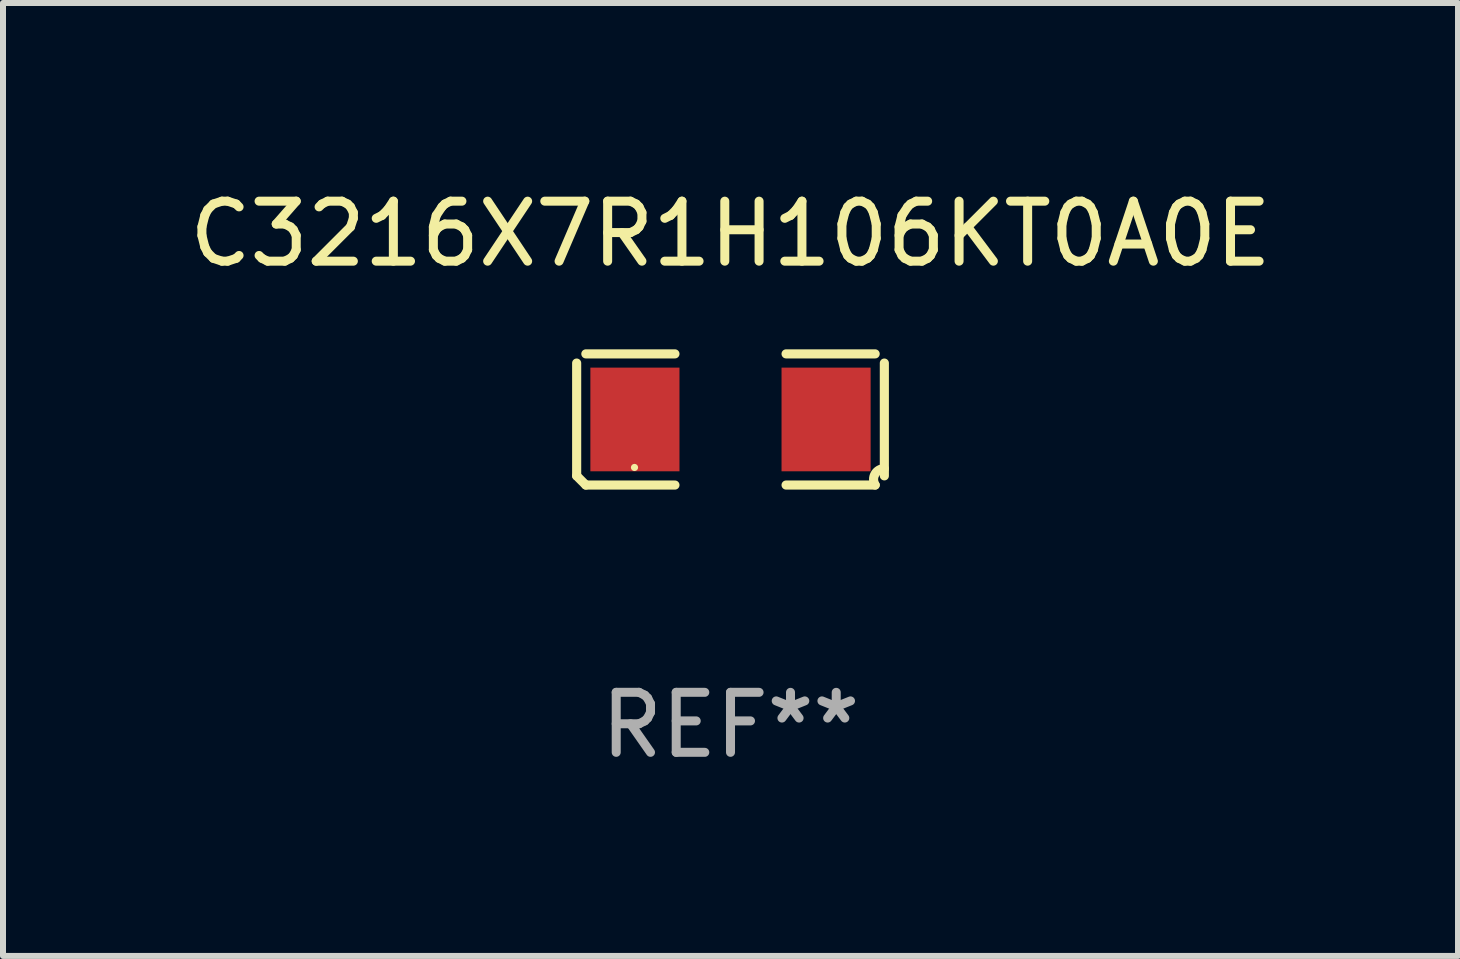
<source format=kicad_pcb>
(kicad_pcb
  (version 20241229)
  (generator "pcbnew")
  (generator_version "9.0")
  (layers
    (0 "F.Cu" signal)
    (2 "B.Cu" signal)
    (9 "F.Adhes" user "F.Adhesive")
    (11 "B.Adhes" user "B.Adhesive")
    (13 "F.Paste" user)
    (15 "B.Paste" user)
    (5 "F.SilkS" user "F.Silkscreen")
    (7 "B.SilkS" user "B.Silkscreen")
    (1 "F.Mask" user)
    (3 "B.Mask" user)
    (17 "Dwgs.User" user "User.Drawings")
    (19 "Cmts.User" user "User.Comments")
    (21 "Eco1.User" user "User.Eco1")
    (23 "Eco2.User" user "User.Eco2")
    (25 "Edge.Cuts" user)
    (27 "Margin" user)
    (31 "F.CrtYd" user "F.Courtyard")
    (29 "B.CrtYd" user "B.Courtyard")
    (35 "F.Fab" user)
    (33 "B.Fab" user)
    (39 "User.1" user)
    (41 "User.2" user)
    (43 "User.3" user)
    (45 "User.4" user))
  (footprint "C3216X7R1H106KT0A0E"
    (layer "F.Cu")
    (at 9.125 3.941)
    (property "Reference" "C3216X7R1H106KT0A0E" (at 0 -3.093 0) (layer "F.SilkS") (effects (font (size 1 1) (thickness 0.15))))
    (attr through_hole)
    (fp_line (start -2.564 0.94) (end -2.564 -0.94) (stroke (width 0.152) (type solid)) (layer "F.SilkS"))
    (fp_line (start -2.411 -1.093) (end -0.926 -1.093) (stroke (width 0.152) (type solid)) (layer "F.SilkS"))
    (fp_line (start -0.926 1.093) (end -2.411 1.093) (stroke (width 0.152) (type solid)) (layer "F.SilkS"))
    (fp_line (start 0.926 1.093) (end 2.411 1.093) (stroke (width 0.152) (type solid)) (layer "F.SilkS"))
    (fp_line (start 2.411 -1.093) (end 0.926 -1.093) (stroke (width 0.152) (type solid)) (layer "F.SilkS"))
    (fp_line (start 2.564 0.94) (end 2.564 -0.94) (stroke (width 0.152) (type solid)) (layer "F.SilkS"))
    (fp_arc (start -2.411201 1.092609) (mid -2.487413 1.01642) (end -2.563602 0.940208) (stroke (width 0.1524) (type solid)) (layer "F.SilkS"))
    (fp_arc (start 2.411201 1.092609) (mid 2.407159 0.911226) (end 2.563602 0.819347) (stroke (width 0.1524) (type solid)) (layer "F.SilkS"))
    (fp_circle (center -1.6 0.8) (end -1.57 0.8) (stroke (width 0.06) (type solid)) (fill no) (layer "F.SilkS"))
    (fp_text user "REF**" (at 0 5.093 0) (layer "F.Fab") (effects (font (size 1 1) (thickness 0.15))))
    (pad "1" smd rect (at -1.593 0) (size 1.485 1.728) (layers "F.Cu" "F.Mask" "F.Paste"))
    (pad "2" smd rect (at 1.593 0) (size 1.485 1.728) (layers "F.Cu" "F.Mask" "F.Paste")))
  (gr_rect
    (start -3 -3)
    (end 21.25 12.882)
    (stroke (width 0.1) (type default))
    (fill no)
    (layer "Edge.Cuts")))
</source>
